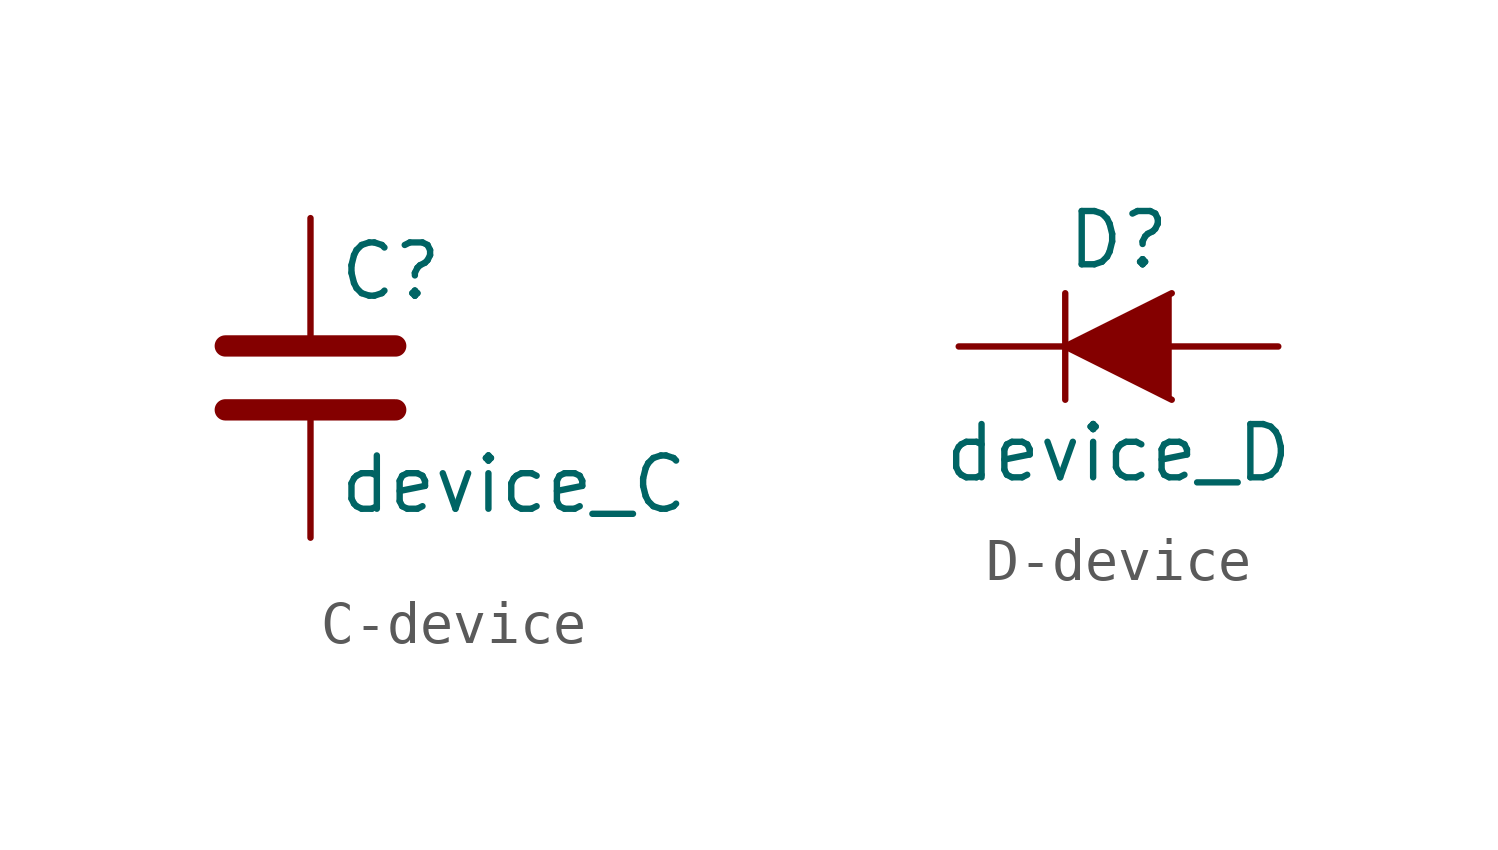
<source format=kicad_sym>
(kicad_symbol_lib
  (version 20220914)
  (generator kicad_symbol_editor)
  (symbol "C-device"
    (pin_numbers hide)
    (pin_names
      (offset 0.254))
    (property "Reference" "C"
      (at 0.635 2.54 0)
      (effects (font (size 1.27 1.27)) (justify left)))
    (property "Value" "device_C"
      (at 0.635 -2.54 0)
      (effects (font (size 1.27 1.27)) (justify left)))
    (property "Footprint" ""
      (at 0.965 -3.81 0)
      (effects (font (size 1.27 1.27))))
    (property "Datasheet" ""
      (at 0 0 0)
      (effects (font (size 1.27 1.27))))
    (symbol "C-device_0_1"
      (polyline (pts (xy -2.032 -0.762) (xy 2.032 -0.762)) (stroke (width 0.508) (type solid)) (fill (type none)))
      (polyline (pts (xy -2.032 0.762) (xy 2.032 0.762)) (stroke (width 0.508) (type solid)) (fill (type none))))
    (symbol "C-device_1_1"
      (pin passive line (at 0 3.81 270) (length 2.794) (name "~" (effects (font (size 1.016 1.016)))) (number "1" (effects (font (size 1.016 1.016)))))
      (pin passive line (at 0 -3.81 90) (length 2.794) (name "~" (effects (font (size 1.016 1.016)))) (number "2" (effects (font (size 1.016 1.016)))))))
  (symbol "D-device"
    (pin_numbers hide)
    (pin_names
      (offset 1.016) hide)
    (property "Reference" "D"
      (at 0 2.54 0)
      (effects (font (size 1.27 1.27))))
    (property "Value" "device_D"
      (at 0 -2.54 0)
      (effects (font (size 1.27 1.27))))
    (property "Footprint" ""
      (at 0 0 0)
      (effects (font (size 1.27 1.27))))
    (property "Datasheet" ""
      (at 0 0 0)
      (effects (font (size 1.27 1.27))))
    (symbol "D-device_0_1"
      (polyline (pts (xy -1.27 1.27) (xy -1.27 -1.27)) (stroke (width 0.152) (type solid)) (fill (type none)))
      (polyline (pts (xy 1.27 1.27) (xy -1.27 0) (xy 1.27 -1.27)) (stroke (width 0) (type solid)) (fill (type outline))))
    (symbol "D-device_1_1"
      (pin passive line (at -3.81 0 0) (length 2.54) (name "K" (effects (font (size 1.27 1.27)))) (number "1" (effects (font (size 1.27 1.27)))))
      (pin passive line (at 3.81 0 180) (length 2.54) (name "A" (effects (font (size 1.27 1.27)))) (number "2" (effects (font (size 1.27 1.27))))))))
</source>
